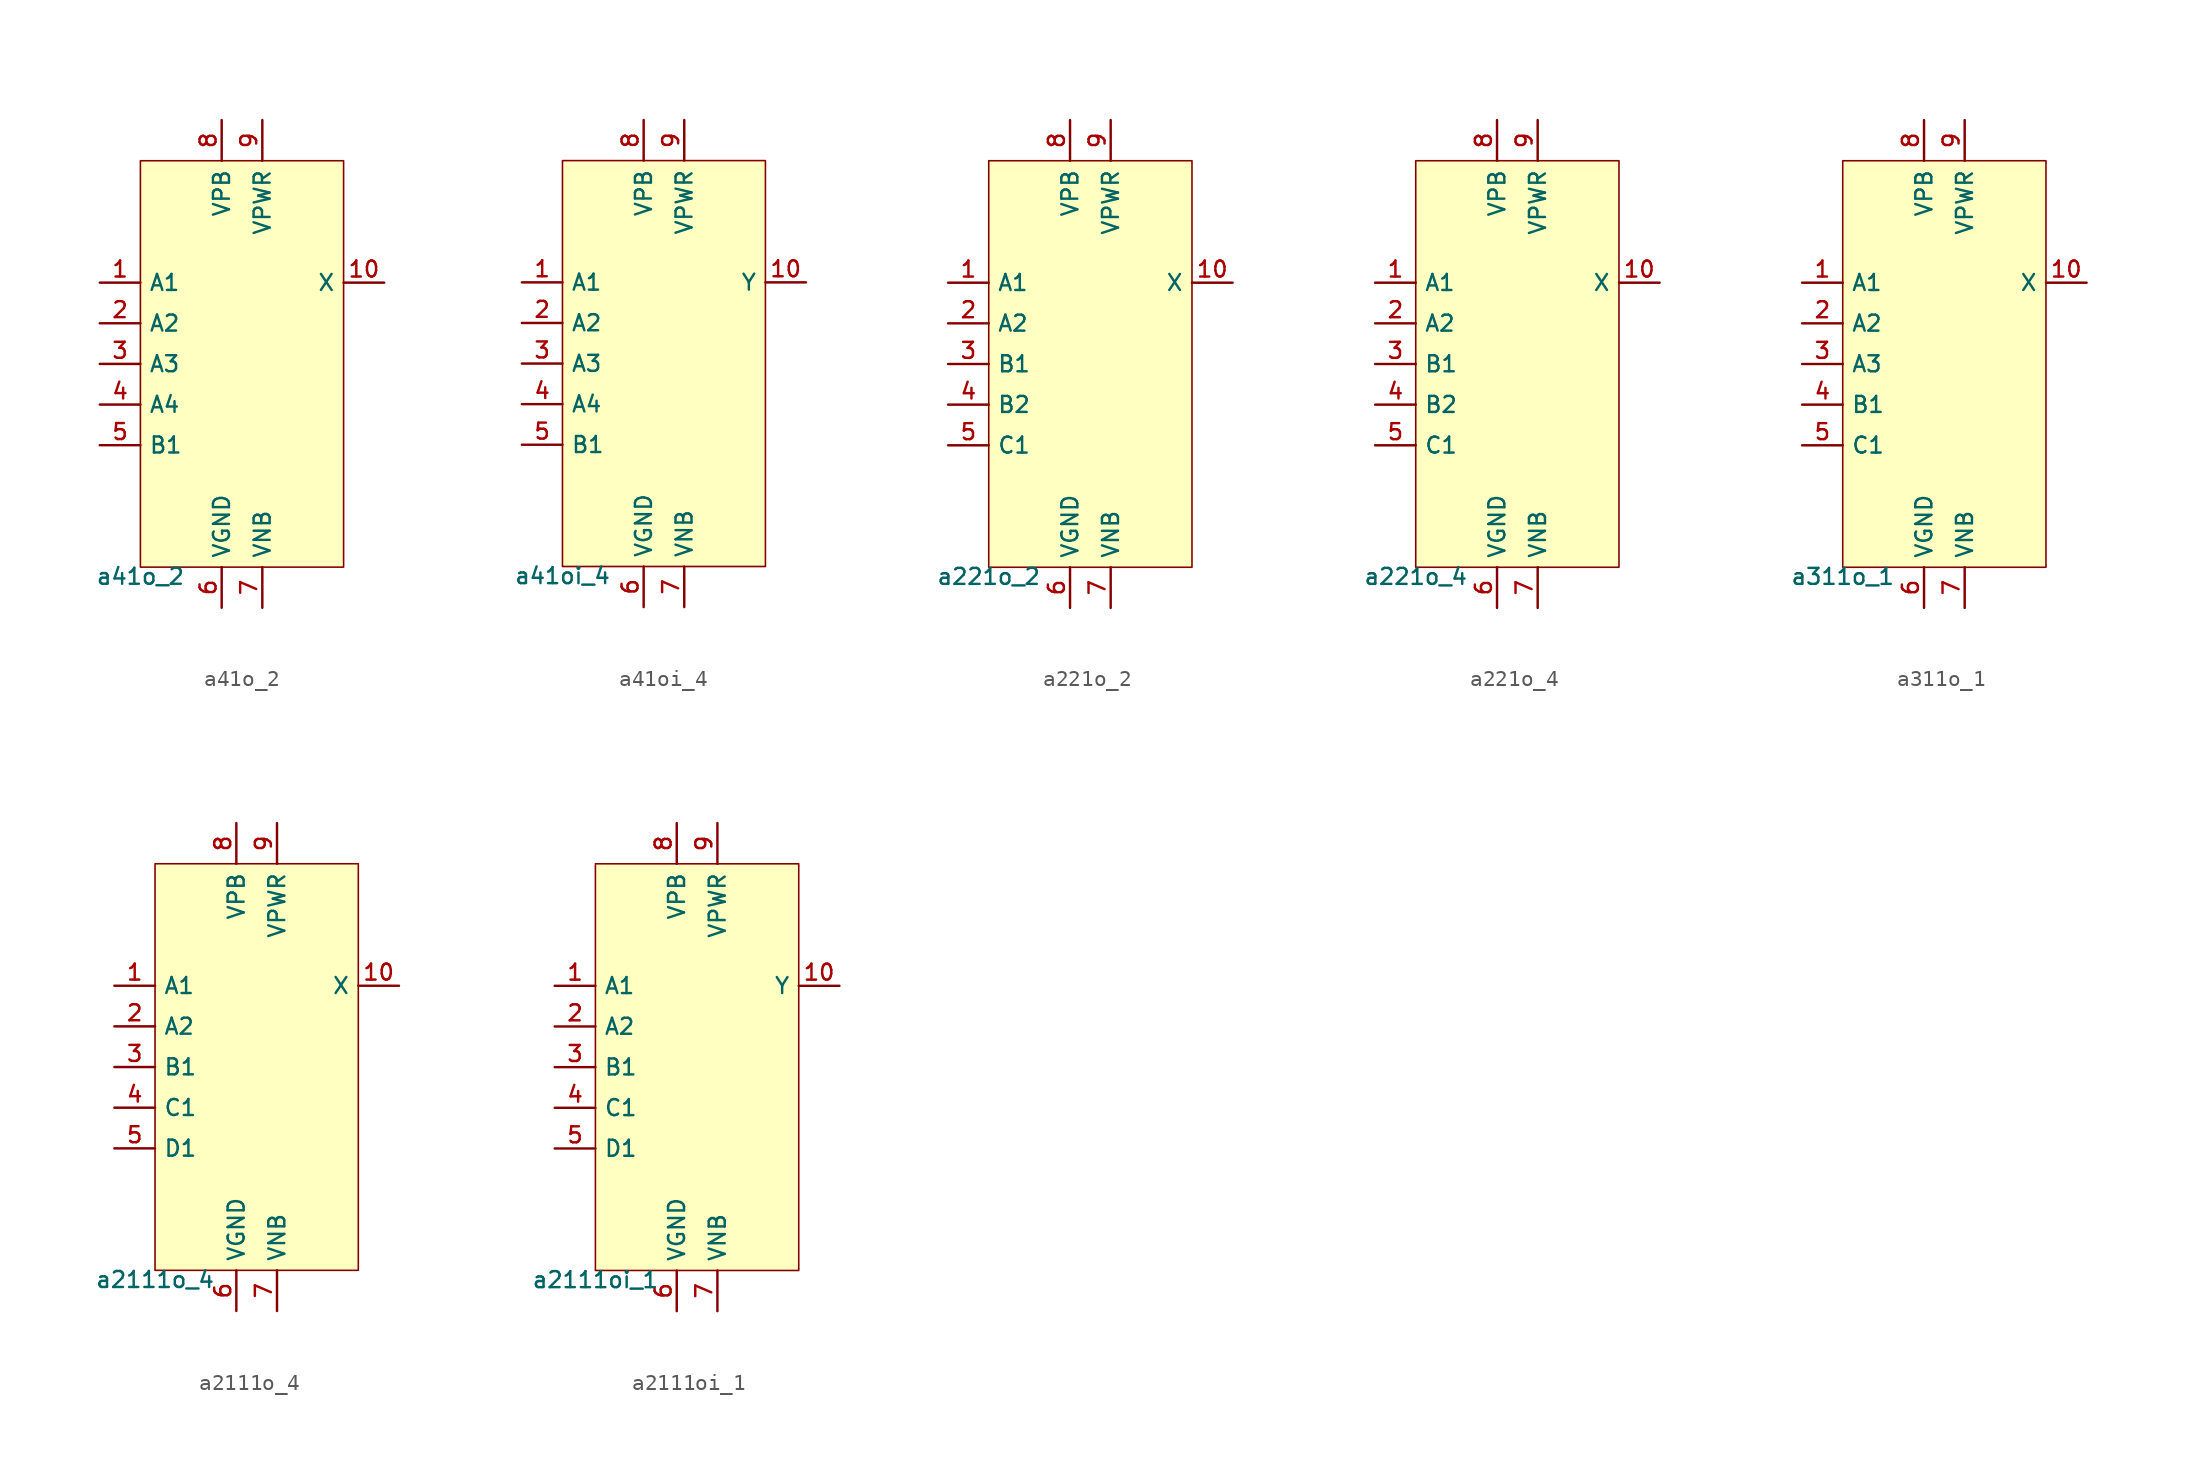
<source format=kicad_sym>
(kicad_symbol_lib
  (version 20211014)
  (generator pdk2kicad)
  (symbol "a41o_2"
    (property "Reference" "X"
      (at 0 0 0)
      (effects (font (size 1 1)) hide))
    (property "Value" "a41o_2"
      (at -6.35 -12.7 0)
      (effects (font (size 1 1)) (justify top)))
    (rectangle
      (start -6.35 -12.7)
      (end 6.35 12.7)
      (stroke (width 0.1) (type solid) (color 0 0 0 0))
      (fill (type background)))
    (pin input line
      (at -8.89 5.08 0)
      (length 2.54)
      (name "A1" (effects (font (size 1 1)) hide))
      (number "1" (effects (font (size 1 1)) hide)))
    (pin input line
      (at -8.89 2.54 0)
      (length 2.54)
      (name "A2" (effects (font (size 1 1)) hide))
      (number "2" (effects (font (size 1 1)) hide)))
    (pin input line
      (at -8.89 -8.881784197001252e-16 0)
      (length 2.54)
      (name "A3" (effects (font (size 1 1)) hide))
      (number "3" (effects (font (size 1 1)) hide)))
    (pin input line
      (at -8.89 -2.54 0)
      (length 2.54)
      (name "A4" (effects (font (size 1 1)) hide))
      (number "4" (effects (font (size 1 1)) hide)))
    (pin input line
      (at -8.89 -5.08 0)
      (length 2.54)
      (name "B1" (effects (font (size 1 1)) hide))
      (number "5" (effects (font (size 1 1)) hide)))
    (pin power_in line
      (at -1.27 -15.24 90)
      (length 2.54)
      (name "VGND" (effects (font (size 1 1)) hide))
      (number "6" (effects (font (size 1 1)) hide)))
    (pin power_in line
      (at 1.27 -15.24 90)
      (length 2.54)
      (name "VNB" (effects (font (size 1 1)) hide))
      (number "7" (effects (font (size 1 1)) hide)))
    (pin power_in line
      (at -1.27 15.24 270)
      (length 2.54)
      (name "VPB" (effects (font (size 1 1)) hide))
      (number "8" (effects (font (size 1 1)) hide)))
    (pin power_in line
      (at 1.27 15.24 270)
      (length 2.54)
      (name "VPWR" (effects (font (size 1 1)) hide))
      (number "9" (effects (font (size 1 1)) hide)))
    (pin output line
      (at 8.89 5.08 180)
      (length 2.54)
      (name "X" (effects (font (size 1 1)) hide))
      (number "10" (effects (font (size 1 1)) hide))))
  (symbol "a41oi_4"
    (property "Reference" "X"
      (at 0 0 0)
      (effects (font (size 1 1)) hide))
    (property "Value" "a41oi_4"
      (at -6.35 -12.7 0)
      (effects (font (size 1 1)) (justify top)))
    (rectangle
      (start -6.35 -12.7)
      (end 6.35 12.7)
      (stroke (width 0.1) (type solid) (color 0 0 0 0))
      (fill (type background)))
    (pin input line
      (at -8.89 5.08 0)
      (length 2.54)
      (name "A1" (effects (font (size 1 1)) hide))
      (number "1" (effects (font (size 1 1)) hide)))
    (pin input line
      (at -8.89 2.54 0)
      (length 2.54)
      (name "A2" (effects (font (size 1 1)) hide))
      (number "2" (effects (font (size 1 1)) hide)))
    (pin input line
      (at -8.89 -8.881784197001252e-16 0)
      (length 2.54)
      (name "A3" (effects (font (size 1 1)) hide))
      (number "3" (effects (font (size 1 1)) hide)))
    (pin input line
      (at -8.89 -2.54 0)
      (length 2.54)
      (name "A4" (effects (font (size 1 1)) hide))
      (number "4" (effects (font (size 1 1)) hide)))
    (pin input line
      (at -8.89 -5.08 0)
      (length 2.54)
      (name "B1" (effects (font (size 1 1)) hide))
      (number "5" (effects (font (size 1 1)) hide)))
    (pin power_in line
      (at -1.27 -15.24 90)
      (length 2.54)
      (name "VGND" (effects (font (size 1 1)) hide))
      (number "6" (effects (font (size 1 1)) hide)))
    (pin power_in line
      (at 1.27 -15.24 90)
      (length 2.54)
      (name "VNB" (effects (font (size 1 1)) hide))
      (number "7" (effects (font (size 1 1)) hide)))
    (pin power_in line
      (at -1.27 15.24 270)
      (length 2.54)
      (name "VPB" (effects (font (size 1 1)) hide))
      (number "8" (effects (font (size 1 1)) hide)))
    (pin power_in line
      (at 1.27 15.24 270)
      (length 2.54)
      (name "VPWR" (effects (font (size 1 1)) hide))
      (number "9" (effects (font (size 1 1)) hide)))
    (pin output line
      (at 8.89 5.08 180)
      (length 2.54)
      (name "Y" (effects (font (size 1 1)) hide))
      (number "10" (effects (font (size 1 1)) hide))))
  (symbol "a221o_2"
    (property "Reference" "X"
      (at 0 0 0)
      (effects (font (size 1 1)) hide))
    (property "Value" "a221o_2"
      (at -6.35 -12.7 0)
      (effects (font (size 1 1)) (justify top)))
    (rectangle
      (start -6.35 -12.7)
      (end 6.35 12.7)
      (stroke (width 0.1) (type solid) (color 0 0 0 0))
      (fill (type background)))
    (pin input line
      (at -8.89 5.08 0)
      (length 2.54)
      (name "A1" (effects (font (size 1 1)) hide))
      (number "1" (effects (font (size 1 1)) hide)))
    (pin input line
      (at -8.89 2.54 0)
      (length 2.54)
      (name "A2" (effects (font (size 1 1)) hide))
      (number "2" (effects (font (size 1 1)) hide)))
    (pin input line
      (at -8.89 -8.881784197001252e-16 0)
      (length 2.54)
      (name "B1" (effects (font (size 1 1)) hide))
      (number "3" (effects (font (size 1 1)) hide)))
    (pin input line
      (at -8.89 -2.54 0)
      (length 2.54)
      (name "B2" (effects (font (size 1 1)) hide))
      (number "4" (effects (font (size 1 1)) hide)))
    (pin input line
      (at -8.89 -5.08 0)
      (length 2.54)
      (name "C1" (effects (font (size 1 1)) hide))
      (number "5" (effects (font (size 1 1)) hide)))
    (pin power_in line
      (at -1.27 -15.24 90)
      (length 2.54)
      (name "VGND" (effects (font (size 1 1)) hide))
      (number "6" (effects (font (size 1 1)) hide)))
    (pin power_in line
      (at 1.27 -15.24 90)
      (length 2.54)
      (name "VNB" (effects (font (size 1 1)) hide))
      (number "7" (effects (font (size 1 1)) hide)))
    (pin power_in line
      (at -1.27 15.24 270)
      (length 2.54)
      (name "VPB" (effects (font (size 1 1)) hide))
      (number "8" (effects (font (size 1 1)) hide)))
    (pin power_in line
      (at 1.27 15.24 270)
      (length 2.54)
      (name "VPWR" (effects (font (size 1 1)) hide))
      (number "9" (effects (font (size 1 1)) hide)))
    (pin output line
      (at 8.89 5.08 180)
      (length 2.54)
      (name "X" (effects (font (size 1 1)) hide))
      (number "10" (effects (font (size 1 1)) hide))))
  (symbol "a221o_4"
    (property "Reference" "X"
      (at 0 0 0)
      (effects (font (size 1 1)) hide))
    (property "Value" "a221o_4"
      (at -6.35 -12.7 0)
      (effects (font (size 1 1)) (justify top)))
    (rectangle
      (start -6.35 -12.7)
      (end 6.35 12.7)
      (stroke (width 0.1) (type solid) (color 0 0 0 0))
      (fill (type background)))
    (pin input line
      (at -8.89 5.08 0)
      (length 2.54)
      (name "A1" (effects (font (size 1 1)) hide))
      (number "1" (effects (font (size 1 1)) hide)))
    (pin input line
      (at -8.89 2.54 0)
      (length 2.54)
      (name "A2" (effects (font (size 1 1)) hide))
      (number "2" (effects (font (size 1 1)) hide)))
    (pin input line
      (at -8.89 -8.881784197001252e-16 0)
      (length 2.54)
      (name "B1" (effects (font (size 1 1)) hide))
      (number "3" (effects (font (size 1 1)) hide)))
    (pin input line
      (at -8.89 -2.54 0)
      (length 2.54)
      (name "B2" (effects (font (size 1 1)) hide))
      (number "4" (effects (font (size 1 1)) hide)))
    (pin input line
      (at -8.89 -5.08 0)
      (length 2.54)
      (name "C1" (effects (font (size 1 1)) hide))
      (number "5" (effects (font (size 1 1)) hide)))
    (pin power_in line
      (at -1.27 -15.24 90)
      (length 2.54)
      (name "VGND" (effects (font (size 1 1)) hide))
      (number "6" (effects (font (size 1 1)) hide)))
    (pin power_in line
      (at 1.27 -15.24 90)
      (length 2.54)
      (name "VNB" (effects (font (size 1 1)) hide))
      (number "7" (effects (font (size 1 1)) hide)))
    (pin power_in line
      (at -1.27 15.24 270)
      (length 2.54)
      (name "VPB" (effects (font (size 1 1)) hide))
      (number "8" (effects (font (size 1 1)) hide)))
    (pin power_in line
      (at 1.27 15.24 270)
      (length 2.54)
      (name "VPWR" (effects (font (size 1 1)) hide))
      (number "9" (effects (font (size 1 1)) hide)))
    (pin output line
      (at 8.89 5.08 180)
      (length 2.54)
      (name "X" (effects (font (size 1 1)) hide))
      (number "10" (effects (font (size 1 1)) hide))))
  (symbol "a311o_1"
    (property "Reference" "X"
      (at 0 0 0)
      (effects (font (size 1 1)) hide))
    (property "Value" "a311o_1"
      (at -6.35 -12.7 0)
      (effects (font (size 1 1)) (justify top)))
    (rectangle
      (start -6.35 -12.7)
      (end 6.35 12.7)
      (stroke (width 0.1) (type solid) (color 0 0 0 0))
      (fill (type background)))
    (pin input line
      (at -8.89 5.08 0)
      (length 2.54)
      (name "A1" (effects (font (size 1 1)) hide))
      (number "1" (effects (font (size 1 1)) hide)))
    (pin input line
      (at -8.89 2.54 0)
      (length 2.54)
      (name "A2" (effects (font (size 1 1)) hide))
      (number "2" (effects (font (size 1 1)) hide)))
    (pin input line
      (at -8.89 -8.881784197001252e-16 0)
      (length 2.54)
      (name "A3" (effects (font (size 1 1)) hide))
      (number "3" (effects (font (size 1 1)) hide)))
    (pin input line
      (at -8.89 -2.54 0)
      (length 2.54)
      (name "B1" (effects (font (size 1 1)) hide))
      (number "4" (effects (font (size 1 1)) hide)))
    (pin input line
      (at -8.89 -5.08 0)
      (length 2.54)
      (name "C1" (effects (font (size 1 1)) hide))
      (number "5" (effects (font (size 1 1)) hide)))
    (pin power_in line
      (at -1.27 -15.24 90)
      (length 2.54)
      (name "VGND" (effects (font (size 1 1)) hide))
      (number "6" (effects (font (size 1 1)) hide)))
    (pin power_in line
      (at 1.27 -15.24 90)
      (length 2.54)
      (name "VNB" (effects (font (size 1 1)) hide))
      (number "7" (effects (font (size 1 1)) hide)))
    (pin power_in line
      (at -1.27 15.24 270)
      (length 2.54)
      (name "VPB" (effects (font (size 1 1)) hide))
      (number "8" (effects (font (size 1 1)) hide)))
    (pin power_in line
      (at 1.27 15.24 270)
      (length 2.54)
      (name "VPWR" (effects (font (size 1 1)) hide))
      (number "9" (effects (font (size 1 1)) hide)))
    (pin output line
      (at 8.89 5.08 180)
      (length 2.54)
      (name "X" (effects (font (size 1 1)) hide))
      (number "10" (effects (font (size 1 1)) hide))))
  (symbol "a2111o_4"
    (property "Reference" "X"
      (at 0 0 0)
      (effects (font (size 1 1)) hide))
    (property "Value" "a2111o_4"
      (at -6.35 -12.7 0)
      (effects (font (size 1 1)) (justify top)))
    (rectangle
      (start -6.35 -12.7)
      (end 6.35 12.7)
      (stroke (width 0.1) (type solid) (color 0 0 0 0))
      (fill (type background)))
    (pin input line
      (at -8.89 5.08 0)
      (length 2.54)
      (name "A1" (effects (font (size 1 1)) hide))
      (number "1" (effects (font (size 1 1)) hide)))
    (pin input line
      (at -8.89 2.54 0)
      (length 2.54)
      (name "A2" (effects (font (size 1 1)) hide))
      (number "2" (effects (font (size 1 1)) hide)))
    (pin input line
      (at -8.89 -8.881784197001252e-16 0)
      (length 2.54)
      (name "B1" (effects (font (size 1 1)) hide))
      (number "3" (effects (font (size 1 1)) hide)))
    (pin input line
      (at -8.89 -2.54 0)
      (length 2.54)
      (name "C1" (effects (font (size 1 1)) hide))
      (number "4" (effects (font (size 1 1)) hide)))
    (pin input line
      (at -8.89 -5.08 0)
      (length 2.54)
      (name "D1" (effects (font (size 1 1)) hide))
      (number "5" (effects (font (size 1 1)) hide)))
    (pin power_in line
      (at -1.27 -15.24 90)
      (length 2.54)
      (name "VGND" (effects (font (size 1 1)) hide))
      (number "6" (effects (font (size 1 1)) hide)))
    (pin power_in line
      (at 1.27 -15.24 90)
      (length 2.54)
      (name "VNB" (effects (font (size 1 1)) hide))
      (number "7" (effects (font (size 1 1)) hide)))
    (pin power_in line
      (at -1.27 15.24 270)
      (length 2.54)
      (name "VPB" (effects (font (size 1 1)) hide))
      (number "8" (effects (font (size 1 1)) hide)))
    (pin power_in line
      (at 1.27 15.24 270)
      (length 2.54)
      (name "VPWR" (effects (font (size 1 1)) hide))
      (number "9" (effects (font (size 1 1)) hide)))
    (pin output line
      (at 8.89 5.08 180)
      (length 2.54)
      (name "X" (effects (font (size 1 1)) hide))
      (number "10" (effects (font (size 1 1)) hide))))
  (symbol "a2111oi_1"
    (property "Reference" "X"
      (at 0 0 0)
      (effects (font (size 1 1)) hide))
    (property "Value" "a2111oi_1"
      (at -6.35 -12.7 0)
      (effects (font (size 1 1)) (justify top)))
    (rectangle
      (start -6.35 -12.7)
      (end 6.35 12.7)
      (stroke (width 0.1) (type solid) (color 0 0 0 0))
      (fill (type background)))
    (pin input line
      (at -8.89 5.08 0)
      (length 2.54)
      (name "A1" (effects (font (size 1 1)) hide))
      (number "1" (effects (font (size 1 1)) hide)))
    (pin input line
      (at -8.89 2.54 0)
      (length 2.54)
      (name "A2" (effects (font (size 1 1)) hide))
      (number "2" (effects (font (size 1 1)) hide)))
    (pin input line
      (at -8.89 -8.881784197001252e-16 0)
      (length 2.54)
      (name "B1" (effects (font (size 1 1)) hide))
      (number "3" (effects (font (size 1 1)) hide)))
    (pin input line
      (at -8.89 -2.54 0)
      (length 2.54)
      (name "C1" (effects (font (size 1 1)) hide))
      (number "4" (effects (font (size 1 1)) hide)))
    (pin input line
      (at -8.89 -5.08 0)
      (length 2.54)
      (name "D1" (effects (font (size 1 1)) hide))
      (number "5" (effects (font (size 1 1)) hide)))
    (pin power_in line
      (at -1.27 -15.24 90)
      (length 2.54)
      (name "VGND" (effects (font (size 1 1)) hide))
      (number "6" (effects (font (size 1 1)) hide)))
    (pin power_in line
      (at 1.27 -15.24 90)
      (length 2.54)
      (name "VNB" (effects (font (size 1 1)) hide))
      (number "7" (effects (font (size 1 1)) hide)))
    (pin power_in line
      (at -1.27 15.24 270)
      (length 2.54)
      (name "VPB" (effects (font (size 1 1)) hide))
      (number "8" (effects (font (size 1 1)) hide)))
    (pin power_in line
      (at 1.27 15.24 270)
      (length 2.54)
      (name "VPWR" (effects (font (size 1 1)) hide))
      (number "9" (effects (font (size 1 1)) hide)))
    (pin output line
      (at 8.89 5.08 180)
      (length 2.54)
      (name "Y" (effects (font (size 1 1)) hide))
      (number "10" (effects (font (size 1 1)) hide)))))
</source>
